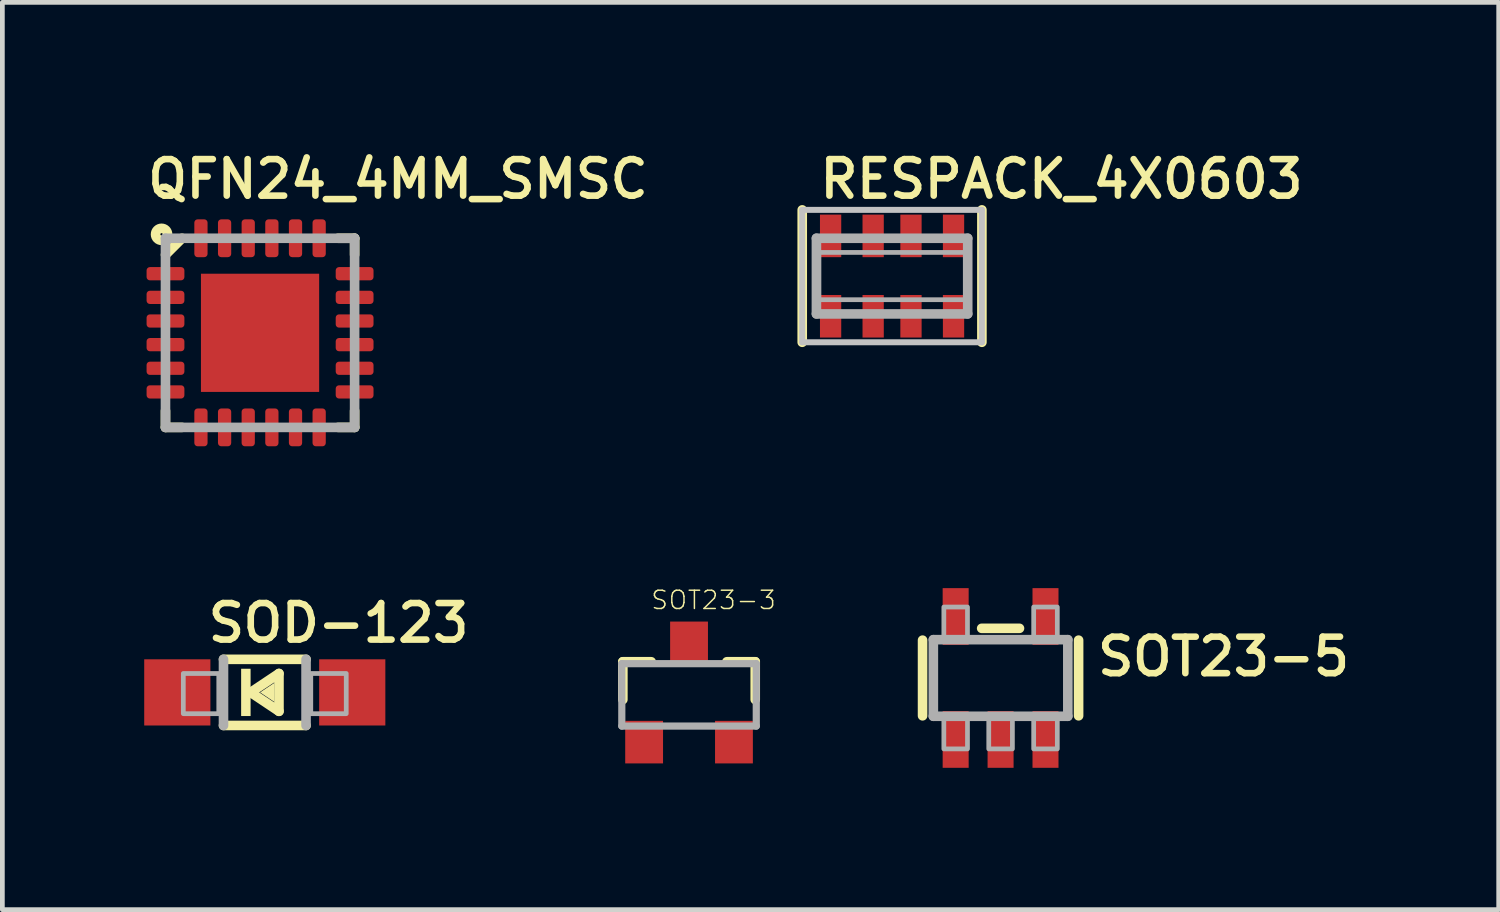
<source format=kicad_pcb>
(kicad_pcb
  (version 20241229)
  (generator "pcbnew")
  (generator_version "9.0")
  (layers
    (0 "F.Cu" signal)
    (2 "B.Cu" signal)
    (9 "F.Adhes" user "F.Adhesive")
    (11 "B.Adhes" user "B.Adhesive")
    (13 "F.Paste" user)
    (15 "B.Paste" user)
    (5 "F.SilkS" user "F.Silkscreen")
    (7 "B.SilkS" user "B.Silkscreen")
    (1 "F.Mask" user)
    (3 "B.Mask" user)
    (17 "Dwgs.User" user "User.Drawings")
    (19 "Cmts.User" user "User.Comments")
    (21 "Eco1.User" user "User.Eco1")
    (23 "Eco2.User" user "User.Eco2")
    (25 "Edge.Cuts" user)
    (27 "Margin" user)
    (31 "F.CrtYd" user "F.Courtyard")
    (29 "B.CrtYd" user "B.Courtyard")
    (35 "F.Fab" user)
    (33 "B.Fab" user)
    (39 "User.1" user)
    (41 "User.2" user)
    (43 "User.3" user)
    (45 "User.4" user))
  (footprint "RESPACK_4X0603"
    (layer "F.Cu")
    (at 15.817 2.789)
    (property "Reference" "RESPACK_4X0603" (at -1.6 -1.6 0) (layer "F.SilkS") (effects (font (size 0.772 0.772) (thickness 0.139)) (justify left bottom)))
    (attr through_hole)
    (fp_line (start -1.9 1.4) (end -1.9 -1.4) (stroke (width 0.203) (type solid)) (layer "F.SilkS"))
    (fp_line (start 1.9 -1.4) (end 1.9 1.4) (stroke (width 0.203) (type solid)) (layer "F.SilkS"))
    (fp_line (start -1.9 -1.4) (end 1.9 -1.4) (stroke (width 0.127) (type solid)) (layer "Dwgs.User"))
    (fp_line (start -1.9 1.4) (end -1.9 -1.4) (stroke (width 0.127) (type solid)) (layer "Dwgs.User"))
    (fp_line (start -1.9 1.4) (end 1.9 1.4) (stroke (width 0.127) (type solid)) (layer "Dwgs.User"))
    (fp_line (start 1.9 -1.4) (end 1.9 1.4) (stroke (width 0.127) (type solid)) (layer "Dwgs.User"))
    (fp_line (start -1.6 -0.8) (end 1.6 -0.8) (stroke (width 0.203) (type solid)) (layer "F.Fab"))
    (fp_line (start -1.6 0.8) (end -1.6 -0.8) (stroke (width 0.203) (type solid)) (layer "F.Fab"))
    (fp_line (start 1.6 -0.8) (end 1.6 0.8) (stroke (width 0.203) (type solid)) (layer "F.Fab"))
    (fp_line (start 1.6 0.8) (end -1.6 0.8) (stroke (width 0.203) (type solid)) (layer "F.Fab"))
    (fp_poly (pts (xy -1.55 0.5) (xy 1.55 0.5) (xy 1.55 -0.5) (xy -1.55 -0.5)) (stroke (width 0.1) (type solid)) (fill no) (layer "F.Fab"))
    (pad "1" smd rect (at -1.3 0.85) (size 0.45 0.9) (layers "F.Cu" "F.Mask" "F.Paste"))
    (pad "2" smd rect (at -0.4 0.85) (size 0.45 0.9) (layers "F.Cu" "F.Mask" "F.Paste"))
    (pad "3" smd rect (at 0.4 0.85) (size 0.45 0.9) (layers "F.Cu" "F.Mask" "F.Paste"))
    (pad "4" smd rect (at 1.3 0.85) (size 0.45 0.9) (layers "F.Cu" "F.Mask" "F.Paste"))
    (pad "5" smd rect (at 1.3 -0.85) (size 0.45 0.9) (layers "F.Cu" "F.Mask" "F.Paste"))
    (pad "6" smd rect (at 0.4 -0.85) (size 0.45 0.9) (layers "F.Cu" "F.Mask" "F.Paste"))
    (pad "7" smd rect (at -0.4 -0.85) (size 0.45 0.9) (layers "F.Cu" "F.Mask" "F.Paste"))
    (pad "8" smd rect (at -1.3 -0.85) (size 0.45 0.9) (layers "F.Cu" "F.Mask" "F.Paste")))
  (footprint "SOT23-3"
    (layer "F.Cu")
    (at 11.523 11.646)
    (property "Reference" "SOT23-3" (at -0.826 -1.778 0) (layer "F.SilkS") (effects (font (size 0.386 0.386) (thickness 0.031)) (justify left bottom)))
    (attr through_hole)
    (fp_line (start -1.4 -0.7) (end -1.4 0.1) (stroke (width 0.203) (type solid)) (layer "F.SilkS"))
    (fp_line (start -0.8 -0.7) (end -1.4 -0.7) (stroke (width 0.203) (type solid)) (layer "F.SilkS"))
    (fp_line (start 0.8 -0.7) (end 1.4 -0.7) (stroke (width 0.203) (type solid)) (layer "F.SilkS"))
    (fp_line (start 1.4 -0.7) (end 1.4 0.1) (stroke (width 0.203) (type solid)) (layer "F.SilkS"))
    (fp_line (start -1.422 -0.66) (end 1.422 -0.66) (stroke (width 0.152) (type solid)) (layer "F.Fab"))
    (fp_line (start -1.422 0.66) (end -1.422 -0.66) (stroke (width 0.152) (type solid)) (layer "F.Fab"))
    (fp_line (start 1.422 -0.66) (end 1.422 0.66) (stroke (width 0.152) (type solid)) (layer "F.Fab"))
    (fp_line (start 1.422 0.66) (end -1.422 0.66) (stroke (width 0.152) (type solid)) (layer "F.Fab"))
    (pad "1" smd rect (at -0.95 1) (size 0.8 0.9) (layers "F.Cu" "F.Mask" "F.Paste"))
    (pad "2" smd rect (at 0.95 1) (size 0.8 0.9) (layers "F.Cu" "F.Mask" "F.Paste"))
    (pad "3" smd rect (at 0 -1.1) (size 0.8 0.9) (layers "F.Cu" "F.Mask" "F.Paste")))
  (footprint "SOT23-5"
    (layer "F.Cu")
    (at 18.112 11.289)
    (property "Reference" "SOT23-5" (at 1.978 0 180) (layer "F.SilkS") (effects (font (size 0.772 0.772) (thickness 0.139)) (justify left bottom)))
    (attr through_hole)
    (fp_line (start -1.65 -0.8) (end -1.65 0.8) (stroke (width 0.203) (type solid)) (layer "F.SilkS"))
    (fp_line (start -0.4 -1.05) (end 0.4 -1.05) (stroke (width 0.203) (type solid)) (layer "F.SilkS"))
    (fp_line (start 1.65 -0.8) (end 1.65 0.8) (stroke (width 0.203) (type solid)) (layer "F.SilkS"))
    (fp_line (start -1.422 -0.81) (end 1.422 -0.81) (stroke (width 0.203) (type solid)) (layer "F.Fab"))
    (fp_line (start -1.422 0.81) (end -1.422 -0.81) (stroke (width 0.203) (type solid)) (layer "F.Fab"))
    (fp_line (start 1.422 -0.81) (end 1.422 0.81) (stroke (width 0.203) (type solid)) (layer "F.Fab"))
    (fp_line (start 1.422 0.81) (end -1.422 0.81) (stroke (width 0.203) (type solid)) (layer "F.Fab"))
    (fp_poly (pts (xy -1.2 -0.85) (xy -0.7 -0.85) (xy -0.7 -1.5) (xy -1.2 -1.5)) (stroke (width 0.1) (type solid)) (fill no) (layer "F.Fab"))
    (fp_poly (pts (xy -1.2 1.5) (xy -0.7 1.5) (xy -0.7 0.85) (xy -1.2 0.85)) (stroke (width 0.1) (type solid)) (fill no) (layer "F.Fab"))
    (fp_poly (pts (xy -0.25 1.5) (xy 0.25 1.5) (xy 0.25 0.85) (xy -0.25 0.85)) (stroke (width 0.1) (type solid)) (fill no) (layer "F.Fab"))
    (fp_poly (pts (xy 0.7 -0.85) (xy 1.2 -0.85) (xy 1.2 -1.5) (xy 0.7 -1.5)) (stroke (width 0.1) (type solid)) (fill no) (layer "F.Fab"))
    (fp_poly (pts (xy 0.7 1.5) (xy 1.2 1.5) (xy 1.2 0.85) (xy 0.7 0.85)) (stroke (width 0.1) (type solid)) (fill no) (layer "F.Fab"))
    (pad "1" smd rect (at -0.95 1.3) (size 0.55 1.2) (layers "F.Cu" "F.Mask" "F.Paste"))
    (pad "2" smd rect (at 0 1.3) (size 0.55 1.2) (layers "F.Cu" "F.Mask" "F.Paste"))
    (pad "3" smd rect (at 0.95 1.3) (size 0.55 1.2) (layers "F.Cu" "F.Mask" "F.Paste"))
    (pad "4" smd rect (at 0.95 -1.3) (size 0.55 1.2) (layers "F.Cu" "F.Mask" "F.Paste"))
    (pad "5" smd rect (at -0.95 -1.3) (size 0.55 1.2) (layers "F.Cu" "F.Mask" "F.Paste")))
  (footprint "SOD-123"
    (layer "F.Cu")
    (at 2.55 11.594)
    (property "Reference" "SOD-123" (at -1.27 -1.016 180) (layer "F.SilkS") (effects (font (size 0.772 0.772) (thickness 0.139)) (justify left bottom)))
    (attr through_hole)
    (fp_line (start -0.873 -0.7) (end 0.873 -0.7) (stroke (width 0.203) (type solid)) (layer "F.SilkS"))
    (fp_line (start -0.3 0) (end 0.3 -0.4) (stroke (width 0.203) (type solid)) (layer "F.SilkS"))
    (fp_line (start 0.3 -0.4) (end 0.3 0.4) (stroke (width 0.203) (type solid)) (layer "F.SilkS"))
    (fp_line (start 0.3 0.4) (end -0.3 0) (stroke (width 0.203) (type solid)) (layer "F.SilkS"))
    (fp_line (start 0.873 0.7) (end -0.873 0.7) (stroke (width 0.203) (type solid)) (layer "F.SilkS"))
    (fp_poly (pts (xy -0.1 0) (xy 0.2 -0.2) (xy 0.2 0.2)) (stroke (width 0) (type solid)) (fill yes) (layer "F.SilkS"))
    (fp_poly (pts (xy -0.5 0.5) (xy -0.3 0.5) (xy -0.3 -0.5) (xy -0.5 -0.5)) (stroke (width 0) (type solid)) (fill yes) (layer "F.SilkS"))
    (fp_line (start -0.873 0.7) (end -0.873 -0.7) (stroke (width 0.203) (type solid)) (layer "F.Fab"))
    (fp_line (start 0.873 -0.7) (end 0.873 0.7) (stroke (width 0.203) (type solid)) (layer "F.Fab"))
    (fp_poly (pts (xy -1.723 0.45) (xy -0.973 0.45) (xy -0.973 -0.4) (xy -1.723 -0.4)) (stroke (width 0.1) (type solid)) (fill no) (layer "F.Fab"))
    (fp_poly (pts (xy 0.973 0.45) (xy 1.723 0.45) (xy 1.723 -0.4) (xy 0.973 -0.4)) (stroke (width 0.1) (type solid)) (fill no) (layer "F.Fab"))
    (pad "A" smd rect (at 1.85 0 90) (size 1.4 1.4) (layers "F.Cu" "F.Mask" "F.Paste"))
    (pad "C" smd rect (at -1.85 0 90) (size 1.4 1.4) (layers "F.Cu" "F.Mask" "F.Paste")))
  (footprint "QFN24_4MM_SMSC"
    (layer "F.Cu")
    (at 2.45 3.989)
    (property "Reference" "QFN24_4MM_SMSC" (at -2.45 -2.8 0) (layer "F.SilkS") (effects (font (size 0.772 0.772) (thickness 0.139)) (justify left bottom)))
    (attr through_hole)
    (fp_line (start -2 2) (end -2 1.65) (stroke (width 0.203) (type solid)) (layer "F.SilkS"))
    (fp_line (start -1.65 -2) (end -2 -1.65) (stroke (width 0.203) (type solid)) (layer "F.SilkS"))
    (fp_line (start -1.65 2) (end -2 2) (stroke (width 0.203) (type solid)) (layer "F.SilkS"))
    (fp_line (start 1.65 2) (end 2 2) (stroke (width 0.203) (type solid)) (layer "F.SilkS"))
    (fp_line (start 2 -2) (end 1.65 -2) (stroke (width 0.203) (type solid)) (layer "F.SilkS"))
    (fp_line (start 2 -1.65) (end 2 -2) (stroke (width 0.203) (type solid)) (layer "F.SilkS"))
    (fp_line (start 2 1.65) (end 2 2) (stroke (width 0.203) (type solid)) (layer "F.SilkS"))
    (fp_circle (center -2.083 -2.083) (end -1.956 -2.083) (stroke (width 0.203) (type solid)) (fill no) (layer "F.SilkS"))
    (fp_poly (pts (xy -1.2 -0.6) (xy -0.6 -0.6) (xy -0.6 -1.2) (xy -1.2 -1.2)) (stroke (width 0) (type solid)) (fill yes) (layer "F.Paste"))
    (fp_poly (pts (xy -1.2 0.3) (xy -0.6 0.3) (xy -0.6 -0.3) (xy -1.2 -0.3)) (stroke (width 0) (type solid)) (fill yes) (layer "F.Paste"))
    (fp_poly (pts (xy -1.2 1.2) (xy -0.6 1.2) (xy -0.6 0.6) (xy -1.2 0.6)) (stroke (width 0) (type solid)) (fill yes) (layer "F.Paste"))
    (fp_poly (pts (xy -0.3 -0.6) (xy 0.3 -0.6) (xy 0.3 -1.2) (xy -0.3 -1.2)) (stroke (width 0) (type solid)) (fill yes) (layer "F.Paste"))
    (fp_poly (pts (xy -0.3 0.3) (xy 0.3 0.3) (xy 0.3 -0.3) (xy -0.3 -0.3)) (stroke (width 0) (type solid)) (fill yes) (layer "F.Paste"))
    (fp_poly (pts (xy -0.3 1.2) (xy 0.3 1.2) (xy 0.3 0.6) (xy -0.3 0.6)) (stroke (width 0) (type solid)) (fill yes) (layer "F.Paste"))
    (fp_poly (pts (xy 0.6 -0.6) (xy 1.2 -0.6) (xy 1.2 -1.2) (xy 0.6 -1.2)) (stroke (width 0) (type solid)) (fill yes) (layer "F.Paste"))
    (fp_poly (pts (xy 0.6 0.3) (xy 1.2 0.3) (xy 1.2 -0.3) (xy 0.6 -0.3)) (stroke (width 0) (type solid)) (fill yes) (layer "F.Paste"))
    (fp_poly (pts (xy 0.6 1.2) (xy 1.2 1.2) (xy 1.2 0.6) (xy 0.6 0.6)) (stroke (width 0) (type solid)) (fill yes) (layer "F.Paste"))
    (fp_line (start -2 -2) (end -2 2) (stroke (width 0.203) (type solid)) (layer "F.Fab"))
    (fp_line (start -2 2) (end 2 2) (stroke (width 0.203) (type solid)) (layer "F.Fab"))
    (fp_line (start 2 -2) (end -2 -2) (stroke (width 0.203) (type solid)) (layer "F.Fab"))
    (fp_line (start 2 2) (end 2 -2) (stroke (width 0.203) (type solid)) (layer "F.Fab"))
    (pad "1" smd roundrect (at -2 -1.25 180) (size 0.8 0.28) (layers "F.Cu" "F.Mask" "F.Paste") (roundrect_rratio 0.25))
    (pad "2" smd roundrect (at -2 -0.75 180) (size 0.8 0.28) (layers "F.Cu" "F.Mask" "F.Paste") (roundrect_rratio 0.25))
    (pad "3" smd roundrect (at -2 -0.25 180) (size 0.8 0.28) (layers "F.Cu" "F.Mask" "F.Paste") (roundrect_rratio 0.25))
    (pad "4" smd roundrect (at -2 0.25 180) (size 0.8 0.28) (layers "F.Cu" "F.Mask" "F.Paste") (roundrect_rratio 0.25))
    (pad "5" smd roundrect (at -2 0.75 180) (size 0.8 0.28) (layers "F.Cu" "F.Mask" "F.Paste") (roundrect_rratio 0.25))
    (pad "6" smd roundrect (at -2 1.25 180) (size 0.8 0.28) (layers "F.Cu" "F.Mask" "F.Paste") (roundrect_rratio 0.25))
    (pad "7" smd roundrect (at -1.25 2 90) (size 0.8 0.28) (layers "F.Cu" "F.Mask" "F.Paste") (roundrect_rratio 0.25))
    (pad "8" smd roundrect (at -0.75 2 90) (size 0.8 0.28) (layers "F.Cu" "F.Mask" "F.Paste") (roundrect_rratio 0.25))
    (pad "9" smd roundrect (at -0.25 2 90) (size 0.8 0.28) (layers "F.Cu" "F.Mask" "F.Paste") (roundrect_rratio 0.25))
    (pad "10" smd roundrect (at 0.25 2 90) (size 0.8 0.28) (layers "F.Cu" "F.Mask" "F.Paste") (roundrect_rratio 0.25))
    (pad "11" smd roundrect (at 0.75 2 90) (size 0.8 0.28) (layers "F.Cu" "F.Mask" "F.Paste") (roundrect_rratio 0.25))
    (pad "12" smd roundrect (at 1.25 2 90) (size 0.8 0.28) (layers "F.Cu" "F.Mask" "F.Paste") (roundrect_rratio 0.25))
    (pad "13" smd roundrect (at 2 1.25) (size 0.8 0.28) (layers "F.Cu" "F.Mask" "F.Paste") (roundrect_rratio 0.25))
    (pad "14" smd roundrect (at 2 0.75) (size 0.8 0.28) (layers "F.Cu" "F.Mask" "F.Paste") (roundrect_rratio 0.25))
    (pad "15" smd roundrect (at 2 0.25) (size 0.8 0.28) (layers "F.Cu" "F.Mask" "F.Paste") (roundrect_rratio 0.25))
    (pad "16" smd roundrect (at 2 -0.25) (size 0.8 0.28) (layers "F.Cu" "F.Mask" "F.Paste") (roundrect_rratio 0.25))
    (pad "17" smd roundrect (at 2 -0.75) (size 0.8 0.28) (layers "F.Cu" "F.Mask" "F.Paste") (roundrect_rratio 0.25))
    (pad "18" smd roundrect (at 2 -1.25) (size 0.8 0.28) (layers "F.Cu" "F.Mask" "F.Paste") (roundrect_rratio 0.25))
    (pad "19" smd roundrect (at 1.25 -2 270) (size 0.8 0.28) (layers "F.Cu" "F.Mask" "F.Paste") (roundrect_rratio 0.25))
    (pad "20" smd roundrect (at 0.75 -2 270) (size 0.8 0.28) (layers "F.Cu" "F.Mask" "F.Paste") (roundrect_rratio 0.25))
    (pad "21" smd roundrect (at 0.25 -2 270) (size 0.8 0.28) (layers "F.Cu" "F.Mask" "F.Paste") (roundrect_rratio 0.25))
    (pad "22" smd roundrect (at -0.25 -2 270) (size 0.8 0.28) (layers "F.Cu" "F.Mask" "F.Paste") (roundrect_rratio 0.25))
    (pad "23" smd roundrect (at -0.75 -2 270) (size 0.8 0.28) (layers "F.Cu" "F.Mask" "F.Paste") (roundrect_rratio 0.25))
    (pad "24" smd roundrect (at -1.25 -2 270) (size 0.8 0.28) (layers "F.Cu" "F.Mask" "F.Paste") (roundrect_rratio 0.25))
    (pad "THERM" smd rect (at 0 0) (size 2.5 2.5) (layers "F.Cu" "F.Mask")))
  (gr_rect
    (start -3 -3)
    (end 28.647 16.189)
    (stroke (width 0.1) (type default))
    (fill no)
    (layer "Edge.Cuts")))
</source>
